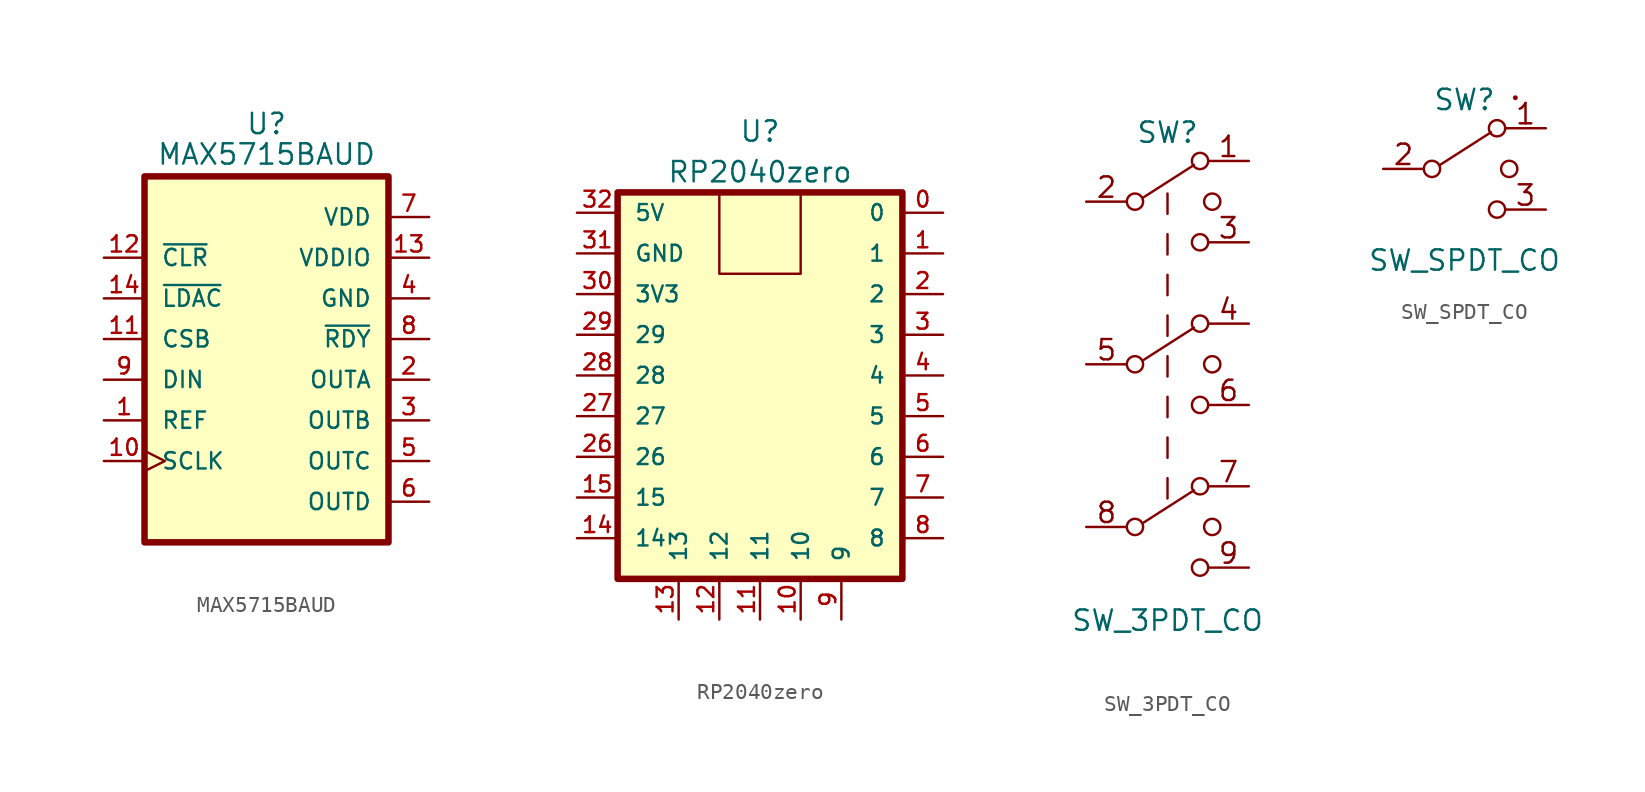
<source format=kicad_sym>
(kicad_symbol_lib
  (version 20220914)
  (generator kicad_symbol_editor)
  (symbol "MAX5715BAUD"
    (pin_names
      (offset 1.016))
    (property "Reference" "U"
      (at 0 15.24 0)
      (effects (font (size 1.27 1.27)) (justify bottom)))
    (property "Value" "MAX5715BAUD"
      (at 0 13.335 0)
      (effects (font (size 1.27 1.27)) (justify bottom)))
    (property "ki_locked" ""
      (at 0 0 0)
      (effects (font (size 1.27 1.27))))
    (symbol "MAX5715BAUD_0_0"
      (rectangle (start -7.62 -10.16) (end 7.62 12.7) (stroke (width 0.406) (type solid)) (fill (type background)))
      (pin input line (at -10.16 -2.54 0) (length 2.54) (name "REF" (effects (font (size 1.016 1.016)))) (number "1" (effects (font (size 1.016 1.016)))))
      (pin input clock (at -10.16 -5.08 0) (length 2.54) (name "SCLK" (effects (font (size 1.016 1.016)))) (number "10" (effects (font (size 1.016 1.016)))))
      (pin input line (at -10.16 2.54 0) (length 2.54) (name "CSB" (effects (font (size 1.016 1.016)))) (number "11" (effects (font (size 1.016 1.016)))))
      (pin input line (at -10.16 7.62 0) (length 2.54) (name "~{CLR}" (effects (font (size 1.016 1.016)))) (number "12" (effects (font (size 1.016 1.016)))))
      (pin power_in line (at 10.16 7.62 180) (length 2.54) (name "VDDIO" (effects (font (size 1.016 1.016)))) (number "13" (effects (font (size 1.016 1.016)))))
      (pin input line (at -10.16 5.08 0) (length 2.54) (name "~{LDAC}" (effects (font (size 1.016 1.016)))) (number "14" (effects (font (size 1.016 1.016)))))
      (pin output line (at 10.16 0 180) (length 2.54) (name "OUTA" (effects (font (size 1.016 1.016)))) (number "2" (effects (font (size 1.016 1.016)))))
      (pin output line (at 10.16 -2.54 180) (length 2.54) (name "OUTB" (effects (font (size 1.016 1.016)))) (number "3" (effects (font (size 1.016 1.016)))))
      (pin power_in line (at 10.16 5.08 180) (length 2.54) (name "GND" (effects (font (size 1.016 1.016)))) (number "4" (effects (font (size 1.016 1.016)))))
      (pin output line (at 10.16 -5.08 180) (length 2.54) (name "OUTC" (effects (font (size 1.016 1.016)))) (number "5" (effects (font (size 1.016 1.016)))))
      (pin output line (at 10.16 -7.62 180) (length 2.54) (name "OUTD" (effects (font (size 1.016 1.016)))) (number "6" (effects (font (size 1.016 1.016)))))
      (pin power_in line (at 10.16 10.16 180) (length 2.54) (name "VDD" (effects (font (size 1.016 1.016)))) (number "7" (effects (font (size 1.016 1.016)))))
      (pin output line (at 10.16 2.54 180) (length 2.54) (name "~{RDY}" (effects (font (size 1.016 1.016)))) (number "8" (effects (font (size 1.016 1.016)))))
      (pin input line (at -10.16 0 0) (length 2.54) (name "DIN" (effects (font (size 1.016 1.016)))) (number "9" (effects (font (size 1.016 1.016)))))))
  (symbol "RP2040zero"
    (pin_names
      (offset 1.016))
    (property "Reference" "U"
      (at 0 17.78 0)
      (effects (font (size 1.27 1.27))))
    (property "Value" "RP2040zero"
      (at 0 15.24 0)
      (effects (font (size 1.27 1.27))))
    (symbol "RP2040zero_0_1"
      (rectangle (start 2.54 13.97) (end -2.54 8.89) (stroke (width 0) (type solid)) (fill (type none)))
      (rectangle (start 8.89 13.97) (end -8.89 -10.16) (stroke (width 0.406) (type solid)) (fill (type background))))
    (symbol "RP2040zero_1_1"
      (pin passive line (at 11.43 12.7 180) (length 2.54) (name "0" (effects (font (size 0.991 0.991)))) (number "0" (effects (font (size 0.991 0.991)))))
      (pin passive line (at 11.43 10.16 180) (length 2.54) (name "1" (effects (font (size 0.991 0.991)))) (number "1" (effects (font (size 0.991 0.991)))))
      (pin passive line (at 2.54 -12.7 90) (length 2.54) (name "10" (effects (font (size 0.991 0.991)))) (number "10" (effects (font (size 0.991 0.991)))))
      (pin passive line (at 0 -12.7 90) (length 2.54) (name "11" (effects (font (size 0.991 0.991)))) (number "11" (effects (font (size 0.991 0.991)))))
      (pin passive line (at -2.54 -12.7 90) (length 2.54) (name "12" (effects (font (size 0.991 0.991)))) (number "12" (effects (font (size 0.991 0.991)))))
      (pin passive line (at -5.08 -12.7 90) (length 2.54) (name "13" (effects (font (size 0.991 0.991)))) (number "13" (effects (font (size 0.991 0.991)))))
      (pin passive line (at -11.43 -7.62 0) (length 2.54) (name "14" (effects (font (size 0.991 0.991)))) (number "14" (effects (font (size 0.991 0.991)))))
      (pin passive line (at -11.43 -5.08 0) (length 2.54) (name "15" (effects (font (size 0.991 0.991)))) (number "15" (effects (font (size 0.991 0.991)))))
      (pin passive line (at 11.43 7.62 180) (length 2.54) (name "2" (effects (font (size 0.991 0.991)))) (number "2" (effects (font (size 0.991 0.991)))))
      (pin passive line (at -11.43 -2.54 0) (length 2.54) (name "26" (effects (font (size 0.991 0.991)))) (number "26" (effects (font (size 0.991 0.991)))))
      (pin passive line (at -11.43 0 0) (length 2.54) (name "27" (effects (font (size 0.991 0.991)))) (number "27" (effects (font (size 0.991 0.991)))))
      (pin passive line (at -11.43 2.54 0) (length 2.54) (name "28" (effects (font (size 0.991 0.991)))) (number "28" (effects (font (size 0.991 0.991)))))
      (pin passive line (at -11.43 5.08 0) (length 2.54) (name "29" (effects (font (size 0.991 0.991)))) (number "29" (effects (font (size 0.991 0.991)))))
      (pin passive line (at 11.43 5.08 180) (length 2.54) (name "3" (effects (font (size 0.991 0.991)))) (number "3" (effects (font (size 0.991 0.991)))))
      (pin power_out line (at -11.43 7.62 0) (length 2.54) (name "3V3" (effects (font (size 0.991 0.991)))) (number "30" (effects (font (size 0.991 0.991)))))
      (pin power_in line (at -11.43 10.16 0) (length 2.54) (name "GND" (effects (font (size 0.991 0.991)))) (number "31" (effects (font (size 0.991 0.991)))))
      (pin power_in line (at -11.43 12.7 0) (length 2.54) (name "5V" (effects (font (size 0.991 0.991)))) (number "32" (effects (font (size 0.991 0.991)))))
      (pin passive line (at 11.43 2.54 180) (length 2.54) (name "4" (effects (font (size 0.991 0.991)))) (number "4" (effects (font (size 0.991 0.991)))))
      (pin passive line (at 11.43 0 180) (length 2.54) (name "5" (effects (font (size 0.991 0.991)))) (number "5" (effects (font (size 0.991 0.991)))))
      (pin passive line (at 11.43 -2.54 180) (length 2.54) (name "6" (effects (font (size 0.991 0.991)))) (number "6" (effects (font (size 0.991 0.991)))))
      (pin passive line (at 11.43 -5.08 180) (length 2.54) (name "7" (effects (font (size 0.991 0.991)))) (number "7" (effects (font (size 0.991 0.991)))))
      (pin passive line (at 11.43 -7.62 180) (length 2.54) (name "8" (effects (font (size 0.991 0.991)))) (number "8" (effects (font (size 0.991 0.991)))))
      (pin passive line (at 5.08 -12.7 90) (length 2.54) (name "9" (effects (font (size 0.991 0.991)))) (number "9" (effects (font (size 0.991 0.991)))))))
  (symbol "SW_3PDT_CO"
    (pin_names
      (offset 0) hide)
    (property "Reference" "SW"
      (at 0 4.318 0)
      (effects (font (size 1.27 1.27))))
    (property "Value" "SW_3PDT_CO"
      (at 0 -26.162 0)
      (effects (font (size 1.27 1.27))))
    (symbol "SW_3PDT_CO_0_0"
      (circle (center -2.032 -20.32) (radius 0.508) (stroke (width 0) (type solid)) (fill (type none)))
      (circle (center -2.032 -10.16) (radius 0.508) (stroke (width 0) (type solid)) (fill (type none)))
      (circle (center -2.032 0) (radius 0.508) (stroke (width 0) (type solid)) (fill (type none)))
      (circle (center 2.032 -22.86) (radius 0.508) (stroke (width 0) (type solid)) (fill (type none)))
      (circle (center 2.032 -12.7) (radius 0.508) (stroke (width 0) (type solid)) (fill (type none)))
      (circle (center 2.032 -2.54) (radius 0.508) (stroke (width 0) (type solid)) (fill (type none)))
      (text "1" (at 3.81 3.429 0) (effects (font (size 1.27 1.27))))
      (text "2" (at -3.81 0.889 0) (effects (font (size 1.27 1.27))))
      (text "3" (at 3.81 -1.651 0) (effects (font (size 1.27 1.27))))
      (text "4" (at 3.81 -6.731 0) (effects (font (size 1.27 1.27))))
      (text "5" (at -3.81 -9.271 0) (effects (font (size 1.27 1.27))))
      (text "6" (at 3.81 -11.811 0) (effects (font (size 1.27 1.27))))
      (text "7" (at 3.81 -16.891 0) (effects (font (size 1.27 1.27))))
      (text "8" (at -3.81 -19.431 0) (effects (font (size 1.27 1.27))))
      (text "9" (at 3.81 -21.971 0) (effects (font (size 1.27 1.27)))))
    (symbol "SW_3PDT_CO_0_1"
      (polyline (pts (xy -1.524 -20.066) (xy 1.651 -18.034)) (stroke (width 0) (type solid)) (fill (type none)))
      (polyline (pts (xy -1.524 -9.906) (xy 1.651 -7.874)) (stroke (width 0) (type solid)) (fill (type none)))
      (polyline (pts (xy -1.524 0.254) (xy 1.651 2.286)) (stroke (width 0) (type solid)) (fill (type none)))
      (polyline (pts (xy 0 -17.272) (xy 0 -18.542)) (stroke (width 0) (type solid)) (fill (type none)))
      (polyline (pts (xy 0 -14.732) (xy 0 -16.002)) (stroke (width 0) (type solid)) (fill (type none)))
      (polyline (pts (xy 0 -12.192) (xy 0 -13.462)) (stroke (width 0) (type solid)) (fill (type none)))
      (polyline (pts (xy 0 -9.652) (xy 0 -10.922)) (stroke (width 0) (type solid)) (fill (type none)))
      (polyline (pts (xy 0 -7.112) (xy 0 -8.382)) (stroke (width 0) (type solid)) (fill (type none)))
      (polyline (pts (xy 0 -4.572) (xy 0 -5.842)) (stroke (width 0) (type solid)) (fill (type none)))
      (polyline (pts (xy 0 -2.032) (xy 0 -3.302)) (stroke (width 0) (type solid)) (fill (type none)))
      (polyline (pts (xy 0 -0.762) (xy 0 0.508)) (stroke (width 0) (type solid)) (fill (type none)))
      (circle (center 2.032 -17.78) (radius 0.508) (stroke (width 0) (type solid)) (fill (type none)))
      (circle (center 2.032 -7.62) (radius 0.508) (stroke (width 0) (type solid)) (fill (type none)))
      (circle (center 2.032 2.54) (radius 0.508) (stroke (width 0) (type solid)) (fill (type none)))
      (circle (center 2.794 -20.32) (radius 0.508) (stroke (width 0) (type solid)) (fill (type none)))
      (circle (center 2.794 -10.16) (radius 0.508) (stroke (width 0) (type solid)) (fill (type none)))
      (circle (center 2.794 0) (radius 0.508) (stroke (width 0) (type solid)) (fill (type none))))
    (symbol "SW_3PDT_CO_1_1"
      (pin passive line (at 5.08 2.54 180) (length 2.54) (name "A" (effects (font (size 1.27 1.27)))) (number "1" (effects (font (size 0 0)))))
      (pin passive line (at -5.08 0 0) (length 2.54) (name "B" (effects (font (size 1.27 1.27)))) (number "2" (effects (font (size 0 0)))))
      (pin passive line (at 5.08 -2.54 180) (length 2.54) (name "C" (effects (font (size 1.27 1.27)))) (number "3" (effects (font (size 0 0)))))
      (pin passive line (at 5.08 -7.62 180) (length 2.54) (name "D" (effects (font (size 1.27 1.27)))) (number "4" (effects (font (size 0 0)))))
      (pin passive line (at -5.08 -10.16 0) (length 2.54) (name "E" (effects (font (size 1.27 1.27)))) (number "5" (effects (font (size 0 0)))))
      (pin passive line (at 5.08 -12.7 180) (length 2.54) (name "F" (effects (font (size 1.27 1.27)))) (number "6" (effects (font (size 0 0)))))
      (pin passive line (at 5.08 -17.78 180) (length 2.54) (name "G" (effects (font (size 1.27 1.27)))) (number "7" (effects (font (size 0 0)))))
      (pin passive line (at -5.08 -20.32 0) (length 2.54) (name "H" (effects (font (size 1.27 1.27)))) (number "8" (effects (font (size 0 0)))))
      (pin passive line (at 5.08 -22.86 180) (length 2.54) (name "H" (effects (font (size 1.27 1.27)))) (number "8" (effects (font (size 0 0)))))))
  (symbol "SW_SPDT_CO"
    (pin_names
      (offset 0) hide)
    (property "Reference" "SW"
      (at 0 4.318 0)
      (effects (font (size 1.27 1.27))))
    (property "Value" "SW_SPDT_CO"
      (at 0 -5.715 0)
      (effects (font (size 1.27 1.27))))
    (symbol "SW_SPDT_CO_0_0"
      (circle (center -2.032 0) (radius 0.508) (stroke (width 0) (type solid)) (fill (type none)))
      (circle (center 2.032 -2.54) (radius 0.508) (stroke (width 0) (type solid)) (fill (type none)))
      (text "1" (at 3.81 3.429 0) (effects (font (size 1.27 1.27))))
      (text "2" (at -3.81 0.889 0) (effects (font (size 1.27 1.27))))
      (text "3" (at 3.81 -1.651 0) (effects (font (size 1.27 1.27)))))
    (symbol "SW_SPDT_CO_0_1"
      (polyline (pts (xy -1.524 0.254) (xy 1.651 2.286)) (stroke (width 0) (type solid)) (fill (type none)))
      (circle (center 2.032 2.54) (radius 0.508) (stroke (width 0) (type solid)) (fill (type none)))
      (circle (center 2.794 0) (radius 0.508) (stroke (width 0) (type solid)) (fill (type none)))
      (circle (center 3.175 4.445) (radius 0.0001) (stroke (width 0) (type solid)) (fill (type none))))
    (symbol "SW_SPDT_CO_1_1"
      (pin passive line (at 5.08 2.54 180) (length 2.54) (name "A" (effects (font (size 1.27 1.27)))) (number "1" (effects (font (size 0 0)))))
      (pin passive line (at -5.08 0 0) (length 2.54) (name "B" (effects (font (size 1.27 1.27)))) (number "2" (effects (font (size 0 0)))))
      (pin passive line (at 5.08 -2.54 180) (length 2.54) (name "C" (effects (font (size 1.27 1.27)))) (number "3" (effects (font (size 0 0))))))))
</source>
